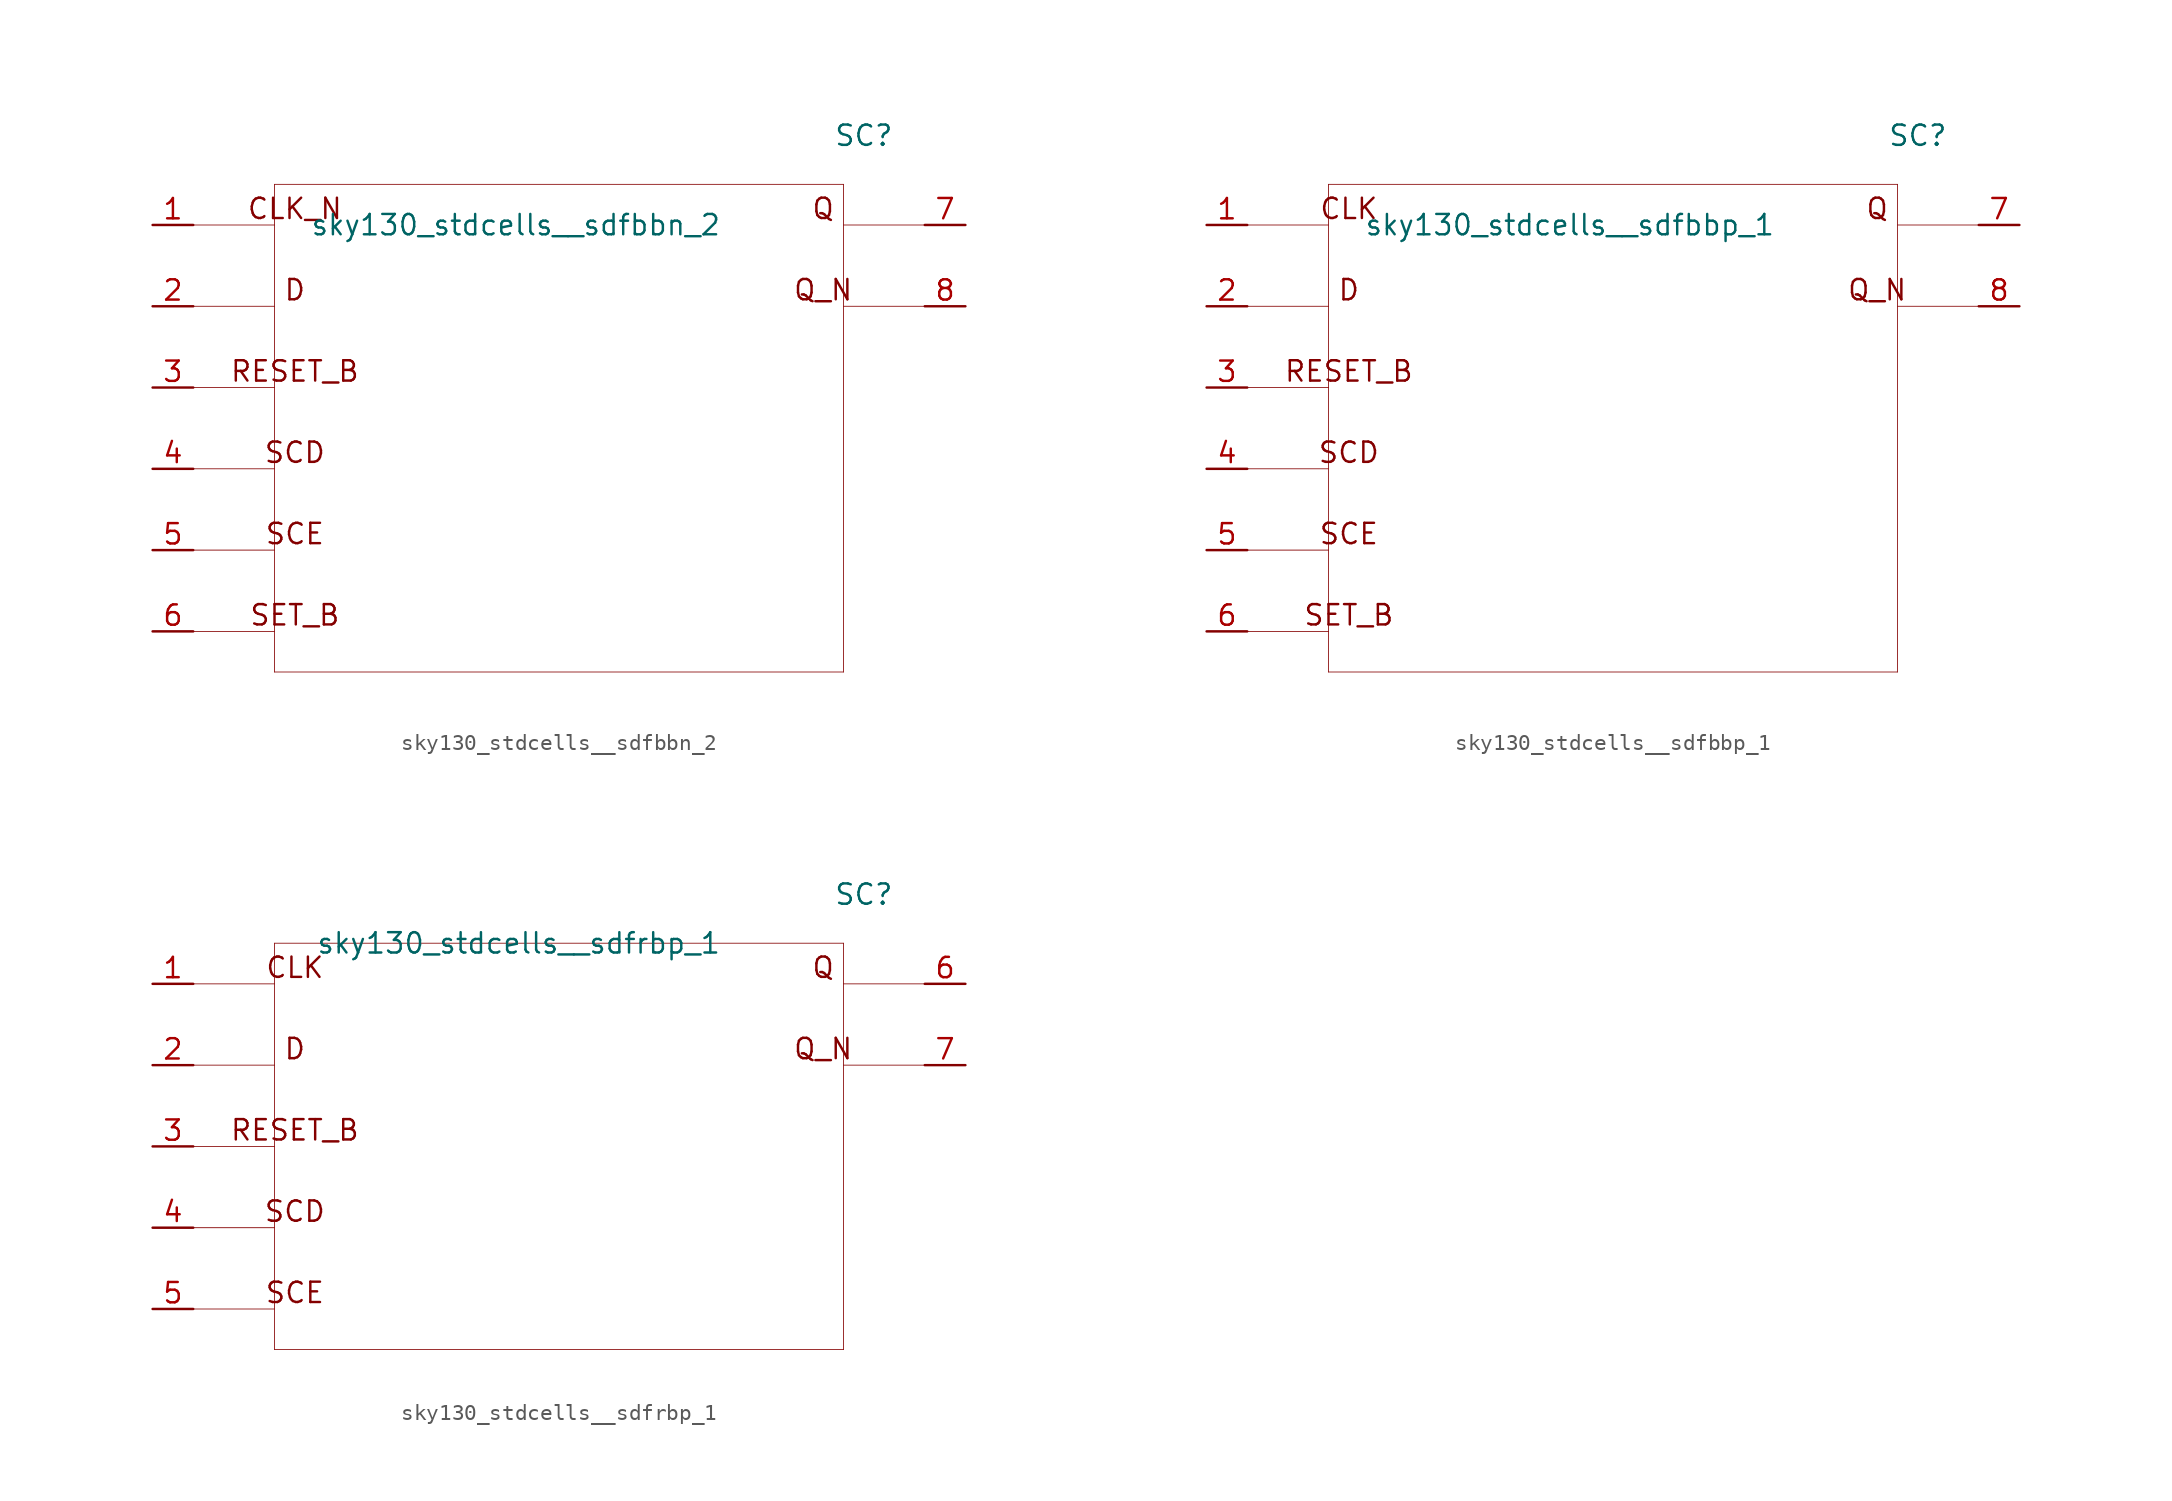
<source format=kicad_sym>
(kicad_symbol_lib
  (version 20211014)
  (generator kicad_symbol_editor)
  (symbol "sky130_stdcells__sdfbbn_2"
    (pin_names hide)
    (property "Reference" "SC"
      (at 19.05 18.288 0)
      (effects (font (size 1.27 1.27))))
    (property "Value" "sky130_stdcells__sdfbbn_2"
      (at 10.16 12.7 0)
      (effects (font (size 1.27 1.27)) (justify right)))
    (symbol "sky130_stdcells__sdfbbn_2_0_0"
      (polyline (pts (xy -22.86 -12.7) (xy -17.78 -12.7)) (stroke (width 0.051) (type default) (color 0 0 0 0)) (fill (type none)))
      (polyline (pts (xy -22.86 -7.62) (xy -17.78 -7.62)) (stroke (width 0.051) (type default) (color 0 0 0 0)) (fill (type none)))
      (polyline (pts (xy -22.86 -2.54) (xy -17.78 -2.54)) (stroke (width 0.051) (type default) (color 0 0 0 0)) (fill (type none)))
      (polyline (pts (xy -22.86 2.54) (xy -17.78 2.54)) (stroke (width 0.051) (type default) (color 0 0 0 0)) (fill (type none)))
      (polyline (pts (xy -22.86 7.62) (xy -17.78 7.62)) (stroke (width 0.051) (type default) (color 0 0 0 0)) (fill (type none)))
      (polyline (pts (xy -22.86 12.7) (xy -17.78 12.7)) (stroke (width 0.051) (type default) (color 0 0 0 0)) (fill (type none)))
      (polyline (pts (xy -17.78 -15.24) (xy 17.78 -15.24)) (stroke (width 0.051) (type default) (color 0 0 0 0)) (fill (type none)))
      (polyline (pts (xy -17.78 15.24) (xy -17.78 -15.24)) (stroke (width 0.051) (type default) (color 0 0 0 0)) (fill (type none)))
      (polyline (pts (xy -17.78 15.24) (xy 17.78 15.24)) (stroke (width 0.051) (type default) (color 0 0 0 0)) (fill (type none)))
      (polyline (pts (xy 17.78 7.62) (xy 22.86 7.62)) (stroke (width 0.051) (type default) (color 0 0 0 0)) (fill (type none)))
      (polyline (pts (xy 17.78 12.7) (xy 22.86 12.7)) (stroke (width 0.051) (type default) (color 0 0 0 0)) (fill (type none)))
      (polyline (pts (xy 17.78 15.24) (xy 17.78 -15.24)) (stroke (width 0.051) (type default) (color 0 0 0 0)) (fill (type none)))
      (text "CLK_N" (at -16.51 13.716 0) (effects (font (size 1.27 1.27))))
      (text "D" (at -16.51 8.636 0) (effects (font (size 1.27 1.27))))
      (text "Q" (at 16.51 13.716 0) (effects (font (size 1.27 1.27))))
      (text "Q_N" (at 16.51 8.636 0) (effects (font (size 1.27 1.27))))
      (text "RESET_B" (at -16.51 3.556 0) (effects (font (size 1.27 1.27))))
      (text "SCD" (at -16.51 -1.524 0) (effects (font (size 1.27 1.27))))
      (text "SCE" (at -16.51 -6.604 0) (effects (font (size 1.27 1.27))))
      (text "SET_B" (at -16.51 -11.684 0) (effects (font (size 1.27 1.27)))))
    (symbol "sky130_stdcells__sdfbbn_2_1_1"
      (pin input line (at -25.4 12.7 0) (length 2.54) (name "CLK_N" (effects (font (size 1.092 1.092)))) (number "1" (effects (font (size 1.27 1.27)))))
      (pin input line (at -25.4 7.62 0) (length 2.54) (name "D" (effects (font (size 1.092 1.092)))) (number "2" (effects (font (size 1.27 1.27)))))
      (pin input line (at -25.4 2.54 0) (length 2.54) (name "RESET_B" (effects (font (size 1.092 1.092)))) (number "3" (effects (font (size 1.27 1.27)))))
      (pin input line (at -25.4 -2.54 0) (length 2.54) (name "SCD" (effects (font (size 1.092 1.092)))) (number "4" (effects (font (size 1.27 1.27)))))
      (pin input line (at -25.4 -7.62 0) (length 2.54) (name "SCE" (effects (font (size 1.092 1.092)))) (number "5" (effects (font (size 1.27 1.27)))))
      (pin input line (at -25.4 -12.7 0) (length 2.54) (name "SET_B" (effects (font (size 1.092 1.092)))) (number "6" (effects (font (size 1.27 1.27)))))
      (pin output line (at 25.4 12.7 180) (length 2.54) (name "Q" (effects (font (size 1.092 1.092)))) (number "7" (effects (font (size 1.27 1.27)))))
      (pin output line (at 25.4 7.62 180) (length 2.54) (name "Q_N" (effects (font (size 1.092 1.092)))) (number "8" (effects (font (size 1.27 1.27)))))))
  (symbol "sky130_stdcells__sdfbbp_1"
    (pin_names hide)
    (property "Reference" "SC"
      (at 19.05 18.288 0)
      (effects (font (size 1.27 1.27))))
    (property "Value" "sky130_stdcells__sdfbbp_1"
      (at 10.16 12.7 0)
      (effects (font (size 1.27 1.27)) (justify right)))
    (symbol "sky130_stdcells__sdfbbp_1_0_0"
      (polyline (pts (xy -22.86 -12.7) (xy -17.78 -12.7)) (stroke (width 0.051) (type default) (color 0 0 0 0)) (fill (type none)))
      (polyline (pts (xy -22.86 -7.62) (xy -17.78 -7.62)) (stroke (width 0.051) (type default) (color 0 0 0 0)) (fill (type none)))
      (polyline (pts (xy -22.86 -2.54) (xy -17.78 -2.54)) (stroke (width 0.051) (type default) (color 0 0 0 0)) (fill (type none)))
      (polyline (pts (xy -22.86 2.54) (xy -17.78 2.54)) (stroke (width 0.051) (type default) (color 0 0 0 0)) (fill (type none)))
      (polyline (pts (xy -22.86 7.62) (xy -17.78 7.62)) (stroke (width 0.051) (type default) (color 0 0 0 0)) (fill (type none)))
      (polyline (pts (xy -22.86 12.7) (xy -17.78 12.7)) (stroke (width 0.051) (type default) (color 0 0 0 0)) (fill (type none)))
      (polyline (pts (xy -17.78 -15.24) (xy 17.78 -15.24)) (stroke (width 0.051) (type default) (color 0 0 0 0)) (fill (type none)))
      (polyline (pts (xy -17.78 15.24) (xy -17.78 -15.24)) (stroke (width 0.051) (type default) (color 0 0 0 0)) (fill (type none)))
      (polyline (pts (xy -17.78 15.24) (xy 17.78 15.24)) (stroke (width 0.051) (type default) (color 0 0 0 0)) (fill (type none)))
      (polyline (pts (xy 17.78 7.62) (xy 22.86 7.62)) (stroke (width 0.051) (type default) (color 0 0 0 0)) (fill (type none)))
      (polyline (pts (xy 17.78 12.7) (xy 22.86 12.7)) (stroke (width 0.051) (type default) (color 0 0 0 0)) (fill (type none)))
      (polyline (pts (xy 17.78 15.24) (xy 17.78 -15.24)) (stroke (width 0.051) (type default) (color 0 0 0 0)) (fill (type none)))
      (text "CLK" (at -16.51 13.716 0) (effects (font (size 1.27 1.27))))
      (text "D" (at -16.51 8.636 0) (effects (font (size 1.27 1.27))))
      (text "Q" (at 16.51 13.716 0) (effects (font (size 1.27 1.27))))
      (text "Q_N" (at 16.51 8.636 0) (effects (font (size 1.27 1.27))))
      (text "RESET_B" (at -16.51 3.556 0) (effects (font (size 1.27 1.27))))
      (text "SCD" (at -16.51 -1.524 0) (effects (font (size 1.27 1.27))))
      (text "SCE" (at -16.51 -6.604 0) (effects (font (size 1.27 1.27))))
      (text "SET_B" (at -16.51 -11.684 0) (effects (font (size 1.27 1.27)))))
    (symbol "sky130_stdcells__sdfbbp_1_1_1"
      (pin input line (at -25.4 12.7 0) (length 2.54) (name "CLK" (effects (font (size 1.092 1.092)))) (number "1" (effects (font (size 1.27 1.27)))))
      (pin input line (at -25.4 7.62 0) (length 2.54) (name "D" (effects (font (size 1.092 1.092)))) (number "2" (effects (font (size 1.27 1.27)))))
      (pin input line (at -25.4 2.54 0) (length 2.54) (name "RESET_B" (effects (font (size 1.092 1.092)))) (number "3" (effects (font (size 1.27 1.27)))))
      (pin input line (at -25.4 -2.54 0) (length 2.54) (name "SCD" (effects (font (size 1.092 1.092)))) (number "4" (effects (font (size 1.27 1.27)))))
      (pin input line (at -25.4 -7.62 0) (length 2.54) (name "SCE" (effects (font (size 1.092 1.092)))) (number "5" (effects (font (size 1.27 1.27)))))
      (pin input line (at -25.4 -12.7 0) (length 2.54) (name "SET_B" (effects (font (size 1.092 1.092)))) (number "6" (effects (font (size 1.27 1.27)))))
      (pin output line (at 25.4 12.7 180) (length 2.54) (name "Q" (effects (font (size 1.092 1.092)))) (number "7" (effects (font (size 1.27 1.27)))))
      (pin output line (at 25.4 7.62 180) (length 2.54) (name "Q_N" (effects (font (size 1.092 1.092)))) (number "8" (effects (font (size 1.27 1.27)))))))
  (symbol "sky130_stdcells__sdfrbp_1"
    (pin_names hide)
    (property "Reference" "SC"
      (at 19.05 15.748 0)
      (effects (font (size 1.27 1.27))))
    (property "Value" "sky130_stdcells__sdfrbp_1"
      (at 10.16 12.7 0)
      (effects (font (size 1.27 1.27)) (justify right)))
    (symbol "sky130_stdcells__sdfrbp_1_0_0"
      (polyline (pts (xy -22.86 -10.16) (xy -17.78 -10.16)) (stroke (width 0.051) (type default) (color 0 0 0 0)) (fill (type none)))
      (polyline (pts (xy -22.86 -5.08) (xy -17.78 -5.08)) (stroke (width 0.051) (type default) (color 0 0 0 0)) (fill (type none)))
      (polyline (pts (xy -22.86 0) (xy -17.78 0)) (stroke (width 0.051) (type default) (color 0 0 0 0)) (fill (type none)))
      (polyline (pts (xy -22.86 5.08) (xy -17.78 5.08)) (stroke (width 0.051) (type default) (color 0 0 0 0)) (fill (type none)))
      (polyline (pts (xy -22.86 10.16) (xy -17.78 10.16)) (stroke (width 0.051) (type default) (color 0 0 0 0)) (fill (type none)))
      (polyline (pts (xy -17.78 -12.7) (xy 17.78 -12.7)) (stroke (width 0.051) (type default) (color 0 0 0 0)) (fill (type none)))
      (polyline (pts (xy -17.78 12.7) (xy -17.78 -12.7)) (stroke (width 0.051) (type default) (color 0 0 0 0)) (fill (type none)))
      (polyline (pts (xy -17.78 12.7) (xy 17.78 12.7)) (stroke (width 0.051) (type default) (color 0 0 0 0)) (fill (type none)))
      (polyline (pts (xy 17.78 5.08) (xy 22.86 5.08)) (stroke (width 0.051) (type default) (color 0 0 0 0)) (fill (type none)))
      (polyline (pts (xy 17.78 10.16) (xy 22.86 10.16)) (stroke (width 0.051) (type default) (color 0 0 0 0)) (fill (type none)))
      (polyline (pts (xy 17.78 12.7) (xy 17.78 -12.7)) (stroke (width 0.051) (type default) (color 0 0 0 0)) (fill (type none)))
      (text "CLK" (at -16.51 11.176 0) (effects (font (size 1.27 1.27))))
      (text "D" (at -16.51 6.096 0) (effects (font (size 1.27 1.27))))
      (text "Q" (at 16.51 11.176 0) (effects (font (size 1.27 1.27))))
      (text "Q_N" (at 16.51 6.096 0) (effects (font (size 1.27 1.27))))
      (text "RESET_B" (at -16.51 1.016 0) (effects (font (size 1.27 1.27))))
      (text "SCD" (at -16.51 -4.064 0) (effects (font (size 1.27 1.27))))
      (text "SCE" (at -16.51 -9.144 0) (effects (font (size 1.27 1.27)))))
    (symbol "sky130_stdcells__sdfrbp_1_1_1"
      (pin input line (at -25.4 10.16 0) (length 2.54) (name "CLK" (effects (font (size 1.092 1.092)))) (number "1" (effects (font (size 1.27 1.27)))))
      (pin input line (at -25.4 5.08 0) (length 2.54) (name "D" (effects (font (size 1.092 1.092)))) (number "2" (effects (font (size 1.27 1.27)))))
      (pin input line (at -25.4 0 0) (length 2.54) (name "RESET_B" (effects (font (size 1.092 1.092)))) (number "3" (effects (font (size 1.27 1.27)))))
      (pin input line (at -25.4 -5.08 0) (length 2.54) (name "SCD" (effects (font (size 1.092 1.092)))) (number "4" (effects (font (size 1.27 1.27)))))
      (pin input line (at -25.4 -10.16 0) (length 2.54) (name "SCE" (effects (font (size 1.092 1.092)))) (number "5" (effects (font (size 1.27 1.27)))))
      (pin output line (at 25.4 10.16 180) (length 2.54) (name "Q" (effects (font (size 1.092 1.092)))) (number "6" (effects (font (size 1.27 1.27)))))
      (pin output line (at 25.4 5.08 180) (length 2.54) (name "Q_N" (effects (font (size 1.092 1.092)))) (number "7" (effects (font (size 1.27 1.27))))))))
</source>
